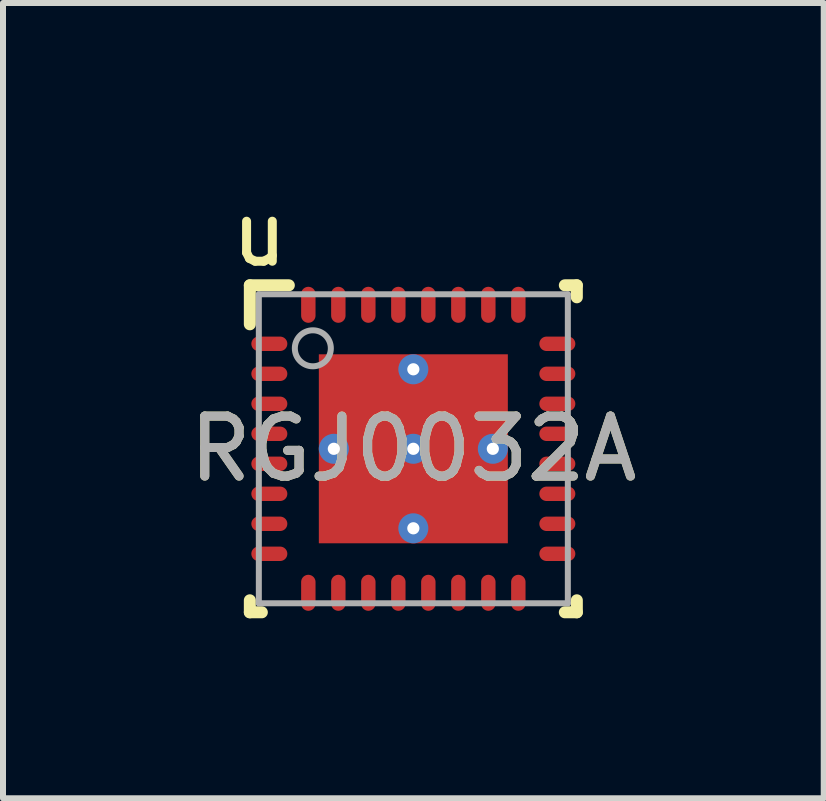
<source format=kicad_pcb>
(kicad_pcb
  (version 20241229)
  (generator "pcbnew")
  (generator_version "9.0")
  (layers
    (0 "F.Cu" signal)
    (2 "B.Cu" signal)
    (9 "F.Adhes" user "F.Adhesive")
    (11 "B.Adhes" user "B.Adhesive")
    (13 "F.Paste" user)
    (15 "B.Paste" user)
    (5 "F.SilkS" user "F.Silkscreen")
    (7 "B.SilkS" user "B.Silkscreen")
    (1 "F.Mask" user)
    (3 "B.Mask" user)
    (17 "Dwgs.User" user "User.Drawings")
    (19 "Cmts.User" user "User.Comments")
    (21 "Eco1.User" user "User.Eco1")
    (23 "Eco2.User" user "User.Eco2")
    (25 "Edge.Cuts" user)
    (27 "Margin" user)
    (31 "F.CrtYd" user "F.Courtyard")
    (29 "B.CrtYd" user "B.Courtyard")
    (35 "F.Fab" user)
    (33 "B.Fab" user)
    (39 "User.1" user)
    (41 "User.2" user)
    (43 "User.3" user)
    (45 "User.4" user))
  (footprint "RGJ0032A"
    (layer "F.Cu")
    (at 3.839 4.43)
    (property "Reference" "RGJ0032A" (at 0 0 0) (unlocked yes) (layer "F.SilkS") (effects (font (size 1 1) (thickness 0.15))))
    (attr smd)
    (fp_line (start -2.725 -2.725) (end -2.075 -2.725) (stroke (width 0.2) (type solid)) (layer "F.SilkS"))
    (fp_line (start -2.725 -2.075) (end -2.725 -2.725) (stroke (width 0.2) (type solid)) (layer "F.SilkS"))
    (fp_line (start -2.725 2.725) (end -2.725 2.525) (stroke (width 0.2) (type solid)) (layer "F.SilkS"))
    (fp_line (start -2.725 2.725) (end -2.525 2.725) (stroke (width 0.2) (type solid)) (layer "F.SilkS"))
    (fp_line (start 2.525 -2.725) (end 2.725 -2.725) (stroke (width 0.2) (type solid)) (layer "F.SilkS"))
    (fp_line (start 2.525 2.725) (end 2.725 2.725) (stroke (width 0.2) (type solid)) (layer "F.SilkS"))
    (fp_line (start 2.725 -2.525) (end 2.725 -2.725) (stroke (width 0.2) (type solid)) (layer "F.SilkS"))
    (fp_line (start 2.725 2.725) (end 2.725 2.525) (stroke (width 0.2) (type solid)) (layer "F.SilkS"))
    (fp_poly (pts (xy -0.1 -1.468) (xy -1.468 -1.468) (xy -1.468 -0.1) (xy -0.1 -0.1)) (stroke (width 0) (type solid)) (fill yes) (layer "F.Paste"))
    (fp_poly (pts (xy -0.1 0.1) (xy -1.468 0.1) (xy -1.468 1.468) (xy -0.1 1.468)) (stroke (width 0) (type solid)) (fill yes) (layer "F.Paste"))
    (fp_poly (pts (xy 0.1 -0.1) (xy 1.468 -0.1) (xy 1.468 -1.468) (xy 0.1 -1.468)) (stroke (width 0) (type solid)) (fill yes) (layer "F.Paste"))
    (fp_poly (pts (xy 0.1 1.468) (xy 1.468 1.468) (xy 1.468 0.1) (xy 0.1 0.1)) (stroke (width 0) (type solid)) (fill yes) (layer "F.Paste"))
    (fp_line (start -2.575 -2.575) (end 2.575 -2.575) (stroke (width 0.1) (type solid)) (layer "F.Fab"))
    (fp_line (start -2.575 2.575) (end -2.575 -2.575) (stroke (width 0.1) (type solid)) (layer "F.Fab"))
    (fp_line (start -2.575 2.575) (end 2.575 2.575) (stroke (width 0.1) (type solid)) (layer "F.Fab"))
    (fp_line (start 2.575 2.575) (end 2.575 -2.575) (stroke (width 0.1) (type solid)) (layer "F.Fab"))
    (fp_circle (center -1.675 -1.675) (end -1.375 -1.675) (stroke (width 0.1) (type solid)) (fill no) (layer "F.Fab"))
    (fp_text user "u" (at -2.565 -3.581 0) (unlocked yes) (layer "F.SilkS") (effects (font (size 1 1) (thickness 0.15))))
    (fp_text user "${REFERENCE}" (at 0 0 0) (unlocked yes) (layer "F.Fab") (effects (font (size 1 1) (thickness 0.15))))
    (pad "1" smd oval (at -2.4 -1.75 90) (size 0.24 0.6) (layers "F.Cu" "F.Mask" "F.Paste"))
    (pad "2" smd oval (at -2.4 -1.25 90) (size 0.24 0.6) (layers "F.Cu" "F.Mask" "F.Paste"))
    (pad "3" smd oval (at -2.4 -0.75 90) (size 0.24 0.6) (layers "F.Cu" "F.Mask" "F.Paste"))
    (pad "4" smd oval (at -2.4 -0.25 90) (size 0.24 0.6) (layers "F.Cu" "F.Mask" "F.Paste"))
    (pad "5" smd oval (at -2.4 0.25 90) (size 0.24 0.6) (layers "F.Cu" "F.Mask" "F.Paste"))
    (pad "6" smd oval (at -2.4 0.75 90) (size 0.24 0.6) (layers "F.Cu" "F.Mask" "F.Paste"))
    (pad "7" smd oval (at -2.4 1.25 90) (size 0.24 0.6) (layers "F.Cu" "F.Mask" "F.Paste"))
    (pad "8" smd oval (at -2.4 1.75 90) (size 0.24 0.6) (layers "F.Cu" "F.Mask" "F.Paste"))
    (pad "9" smd oval (at -1.75 2.4) (size 0.24 0.6) (layers "F.Cu" "F.Mask" "F.Paste"))
    (pad "10" smd oval (at -1.25 2.4) (size 0.24 0.6) (layers "F.Cu" "F.Mask" "F.Paste"))
    (pad "11" smd oval (at -0.75 2.4) (size 0.24 0.6) (layers "F.Cu" "F.Mask" "F.Paste"))
    (pad "12" smd oval (at -0.25 2.4) (size 0.24 0.6) (layers "F.Cu" "F.Mask" "F.Paste"))
    (pad "13" smd oval (at 0.25 2.4) (size 0.24 0.6) (layers "F.Cu" "F.Mask" "F.Paste"))
    (pad "14" smd oval (at 0.75 2.4) (size 0.24 0.6) (layers "F.Cu" "F.Mask" "F.Paste"))
    (pad "15" smd oval (at 1.25 2.4) (size 0.24 0.6) (layers "F.Cu" "F.Mask" "F.Paste"))
    (pad "16" smd oval (at 1.75 2.4) (size 0.24 0.6) (layers "F.Cu" "F.Mask" "F.Paste"))
    (pad "17" smd oval (at 2.4 1.75 90) (size 0.24 0.6) (layers "F.Cu" "F.Mask" "F.Paste"))
    (pad "18" smd oval (at 2.4 1.25 90) (size 0.24 0.6) (layers "F.Cu" "F.Mask" "F.Paste"))
    (pad "19" smd oval (at 2.4 0.75 90) (size 0.24 0.6) (layers "F.Cu" "F.Mask" "F.Paste"))
    (pad "20" smd oval (at 2.4 0.25 90) (size 0.24 0.6) (layers "F.Cu" "F.Mask" "F.Paste"))
    (pad "21" smd oval (at 2.4 -0.25 90) (size 0.24 0.6) (layers "F.Cu" "F.Mask" "F.Paste"))
    (pad "22" smd oval (at 2.4 -0.75 90) (size 0.24 0.6) (layers "F.Cu" "F.Mask" "F.Paste"))
    (pad "23" smd oval (at 2.4 -1.25 90) (size 0.24 0.6) (layers "F.Cu" "F.Mask" "F.Paste"))
    (pad "24" smd oval (at 2.4 -1.75 90) (size 0.24 0.6) (layers "F.Cu" "F.Mask" "F.Paste"))
    (pad "25" smd oval (at 1.75 -2.4) (size 0.24 0.6) (layers "F.Cu" "F.Mask" "F.Paste"))
    (pad "26" smd oval (at 1.25 -2.4) (size 0.24 0.6) (layers "F.Cu" "F.Mask" "F.Paste"))
    (pad "27" smd oval (at 0.75 -2.4) (size 0.24 0.6) (layers "F.Cu" "F.Mask" "F.Paste"))
    (pad "28" smd oval (at 0.25 -2.4) (size 0.24 0.6) (layers "F.Cu" "F.Mask" "F.Paste"))
    (pad "29" smd oval (at -0.25 -2.4) (size 0.24 0.6) (layers "F.Cu" "F.Mask" "F.Paste"))
    (pad "30" smd oval (at -0.75 -2.4) (size 0.24 0.6) (layers "F.Cu" "F.Mask" "F.Paste"))
    (pad "31" smd oval (at -1.25 -2.4) (size 0.24 0.6) (layers "F.Cu" "F.Mask" "F.Paste"))
    (pad "32" smd oval (at -1.75 -2.4) (size 0.24 0.6) (layers "F.Cu" "F.Mask" "F.Paste"))
    (pad "33" smd rect (at 0 -0.000003) (size 3.15 3.15) (layers "F.Cu" "F.Mask"))
    (pad "V" thru_hole circle (at -1.325 -0.000003) (size 0.5 0.5) (drill 0.203) (layers "*.Cu" "*.Mask"))
    (pad "V" thru_hole circle (at 0 -1.325) (size 0.5 0.5) (drill 0.203) (layers "*.Cu" "*.Mask"))
    (pad "V" thru_hole circle (at 0 -0.000003) (size 0.5 0.5) (drill 0.203) (layers "*.Cu" "*.Mask"))
    (pad "V" thru_hole circle (at 0 1.325) (size 0.5 0.5) (drill 0.203) (layers "*.Cu" "*.Mask"))
    (pad "V" thru_hole circle (at 1.325 -0.000003) (size 0.5 0.5) (drill 0.203) (layers "*.Cu" "*.Mask")))
  (gr_rect
    (start -3 -3)
    (end 10.679 10.255)
    (stroke (width 0.1) (type default))
    (fill no)
    (layer "Edge.Cuts")))
</source>
